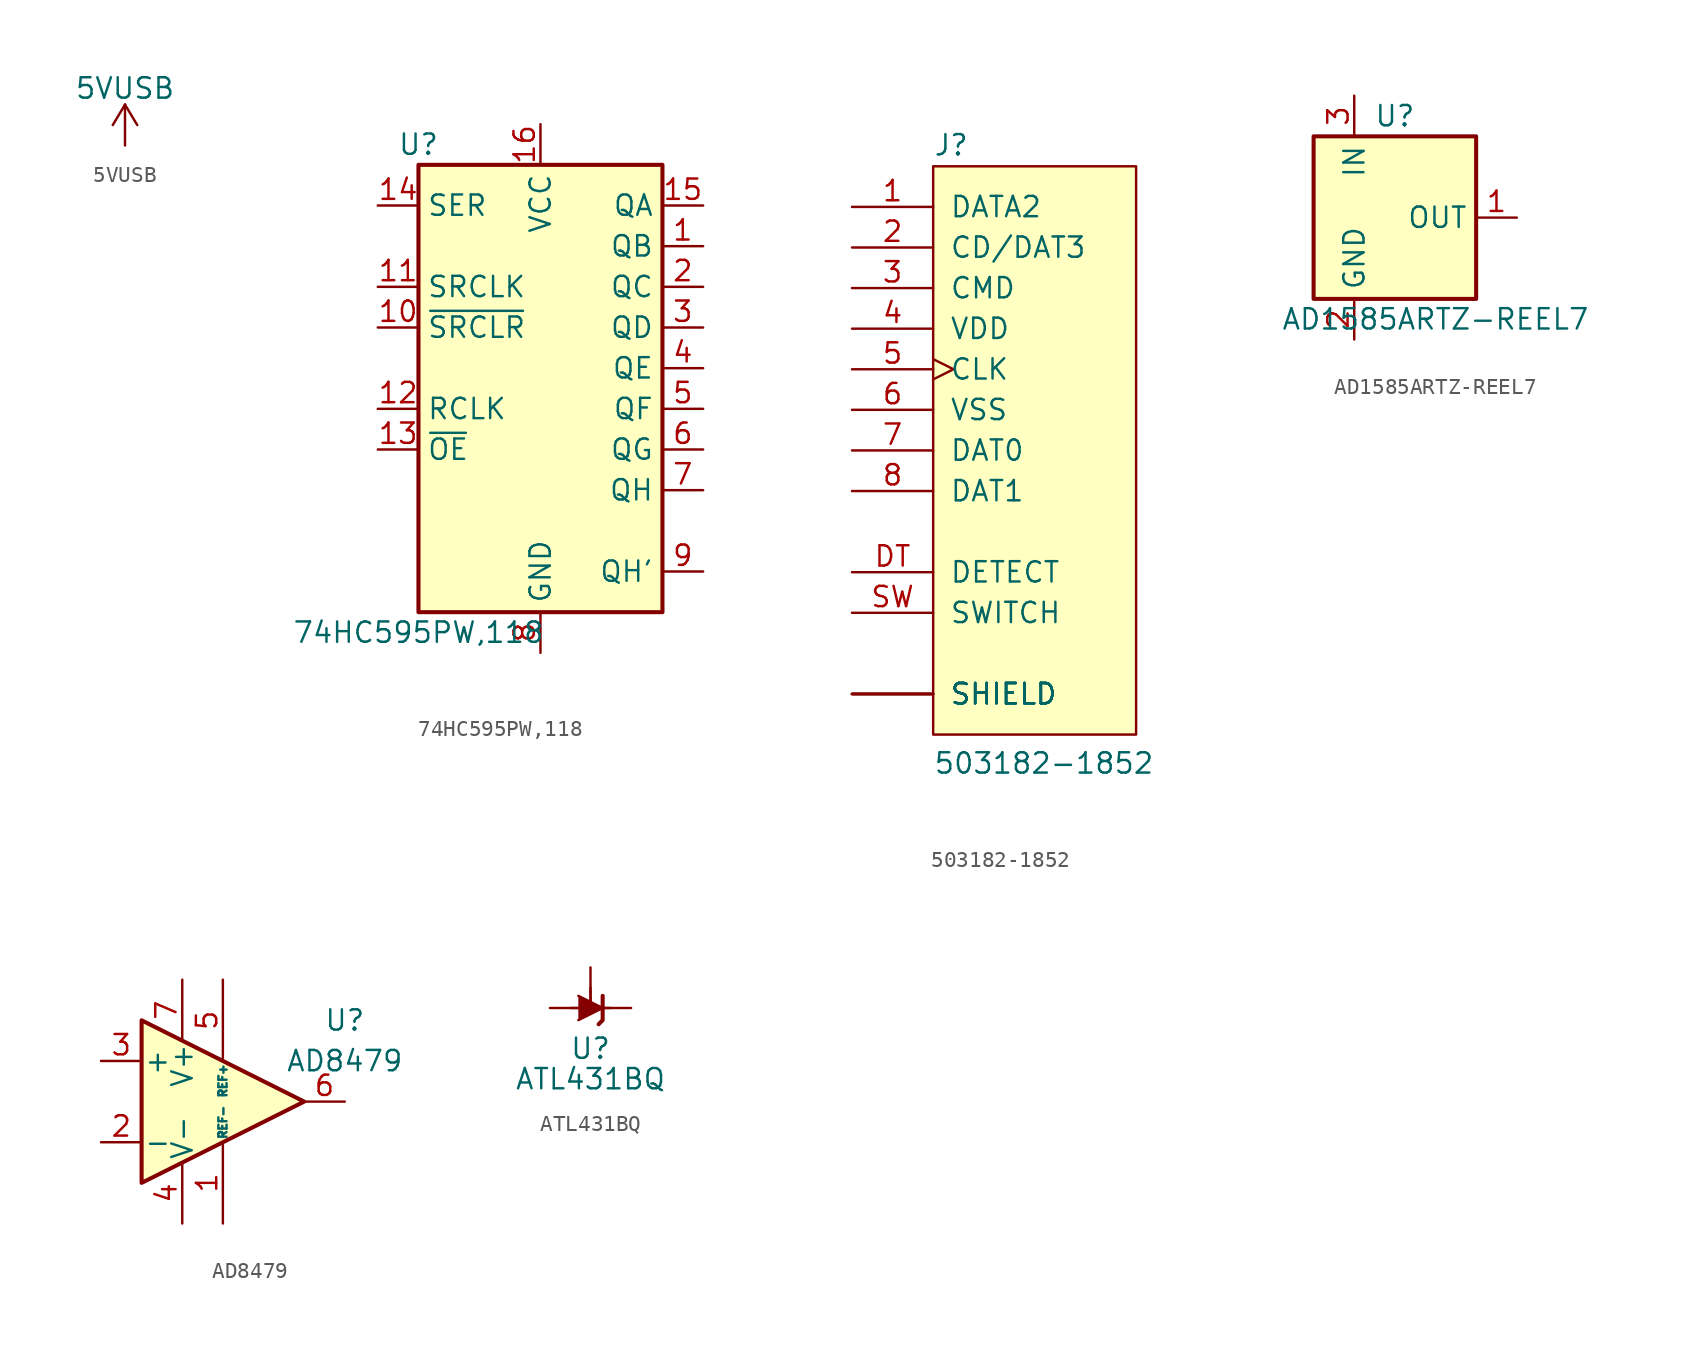
<source format=kicad_sym>
(kicad_symbol_lib
  (version 20220914)
  (generator kicad_symbol_editor)
  (symbol "5VUSB"
    (power)
    (pin_names
      (offset 0))
    (property "Reference" "#PWR"
      (at 0 -3.81 0)
      (effects (font (size 1.27 1.27)) hide))
    (property "Value" "5VUSB"
      (at 0 3.556 0)
      (effects (font (size 1.27 1.27))))
    (symbol "5VUSB_0_1"
      (polyline (pts (xy -0.762 1.27) (xy 0 2.54)) (stroke (width 0) (type default)) (fill (type none)))
      (polyline (pts (xy 0 0) (xy 0 2.54)) (stroke (width 0) (type default)) (fill (type none)))
      (polyline (pts (xy 0 2.54) (xy 0.762 1.27)) (stroke (width 0) (type default)) (fill (type none))))
    (symbol "5VUSB_1_1"
      (pin power_in line (at 0 0 90) (length 0) hide (name "5VUSB" (effects (font (size 1.27 1.27)))) (number "1" (effects (font (size 1.27 1.27)))))))
  (symbol "74HC595PW,118"
    (property "Reference" "U"
      (at -7.62 13.97 0)
      (effects (font (size 1.27 1.27))))
    (property "Value" "74HC595PW,118"
      (at -7.62 -16.51 0)
      (effects (font (size 1.27 1.27))))
    (symbol "74HC595PW,118_1_0"
      (pin open_collector line (at 10.16 7.62 180) (length 2.54) (name "QB" (effects (font (size 1.27 1.27)))) (number "1" (effects (font (size 1.27 1.27)))))
      (pin input line (at -10.16 2.54 0) (length 2.54) (name "~{SRCLR}" (effects (font (size 1.27 1.27)))) (number "10" (effects (font (size 1.27 1.27)))))
      (pin input line (at -10.16 5.08 0) (length 2.54) (name "SRCLK" (effects (font (size 1.27 1.27)))) (number "11" (effects (font (size 1.27 1.27)))))
      (pin input line (at -10.16 -2.54 0) (length 2.54) (name "RCLK" (effects (font (size 1.27 1.27)))) (number "12" (effects (font (size 1.27 1.27)))))
      (pin input line (at -10.16 -5.08 0) (length 2.54) (name "~{OE}" (effects (font (size 1.27 1.27)))) (number "13" (effects (font (size 1.27 1.27)))))
      (pin input line (at -10.16 10.16 0) (length 2.54) (name "SER" (effects (font (size 1.27 1.27)))) (number "14" (effects (font (size 1.27 1.27)))))
      (pin open_collector line (at 10.16 10.16 180) (length 2.54) (name "QA" (effects (font (size 1.27 1.27)))) (number "15" (effects (font (size 1.27 1.27)))))
      (pin power_in line (at 0 15.24 270) (length 2.54) (name "VCC" (effects (font (size 1.27 1.27)))) (number "16" (effects (font (size 1.27 1.27)))))
      (pin open_collector line (at 10.16 5.08 180) (length 2.54) (name "QC" (effects (font (size 1.27 1.27)))) (number "2" (effects (font (size 1.27 1.27)))))
      (pin open_collector line (at 10.16 2.54 180) (length 2.54) (name "QD" (effects (font (size 1.27 1.27)))) (number "3" (effects (font (size 1.27 1.27)))))
      (pin open_collector line (at 10.16 0 180) (length 2.54) (name "QE" (effects (font (size 1.27 1.27)))) (number "4" (effects (font (size 1.27 1.27)))))
      (pin open_collector line (at 10.16 -2.54 180) (length 2.54) (name "QF" (effects (font (size 1.27 1.27)))) (number "5" (effects (font (size 1.27 1.27)))))
      (pin open_collector line (at 10.16 -5.08 180) (length 2.54) (name "QG" (effects (font (size 1.27 1.27)))) (number "6" (effects (font (size 1.27 1.27)))))
      (pin open_collector line (at 10.16 -7.62 180) (length 2.54) (name "QH" (effects (font (size 1.27 1.27)))) (number "7" (effects (font (size 1.27 1.27)))))
      (pin power_in line (at 0 -17.78 90) (length 2.54) (name "GND" (effects (font (size 1.27 1.27)))) (number "8" (effects (font (size 1.27 1.27)))))
      (pin output line (at 10.16 -12.7 180) (length 2.54) (name "QH'" (effects (font (size 1.27 1.27)))) (number "9" (effects (font (size 1.27 1.27))))))
    (symbol "74HC595PW,118_1_1"
      (rectangle (start -7.62 12.7) (end 7.62 -15.24) (stroke (width 0.254) (type default)) (fill (type background)))))
  (symbol "503182-1852"
    (pin_names
      (offset 1.016))
    (property "Reference" "J"
      (at 0 18.364 0)
      (effects (font (size 1.27 1.27)) (justify left bottom)))
    (property "Value" "503182-1852"
      (at 0 -20.32 0)
      (effects (font (size 1.27 1.27)) (justify left bottom)))
    (symbol "503182-1852_1_0"
      (pin bidirectional line (at -5.08 15.24 0) (length 5.08) (name "DATA2" (effects (font (size 1.27 1.27)))) (number "1" (effects (font (size 1.27 1.27)))))
      (pin bidirectional line (at -5.08 12.7 0) (length 5.08) (name "CD/DAT3" (effects (font (size 1.27 1.27)))) (number "2" (effects (font (size 1.27 1.27)))))
      (pin bidirectional line (at -5.08 10.16 0) (length 5.08) (name "CMD" (effects (font (size 1.27 1.27)))) (number "3" (effects (font (size 1.27 1.27)))))
      (pin power_in line (at -5.08 7.62 0) (length 5.08) (name "VDD" (effects (font (size 1.27 1.27)))) (number "4" (effects (font (size 1.27 1.27)))))
      (pin bidirectional clock (at -5.08 5.08 0) (length 5.08) (name "CLK" (effects (font (size 1.27 1.27)))) (number "5" (effects (font (size 1.27 1.27)))))
      (pin power_in line (at -5.08 2.54 0) (length 5.08) (name "VSS" (effects (font (size 1.27 1.27)))) (number "6" (effects (font (size 1.27 1.27)))))
      (pin bidirectional line (at -5.08 0 0) (length 5.08) (name "DAT0" (effects (font (size 1.27 1.27)))) (number "7" (effects (font (size 1.27 1.27)))))
      (pin bidirectional line (at -5.08 -2.54 0) (length 5.08) (name "DAT1" (effects (font (size 1.27 1.27)))) (number "8" (effects (font (size 1.27 1.27)))))
      (pin bidirectional line (at -5.08 -7.62 0) (length 5.08) (name "DETECT" (effects (font (size 1.27 1.27)))) (number "DT" (effects (font (size 1.27 1.27)))))
      (pin passive line (at -5.08 -15.24 0) (length 5.08) (name "SHIELD" (effects (font (size 1.27 1.27)))) (number "P1" (effects (font (size 0 0)))))
      (pin passive line (at -5.08 -15.24 0) (length 5.08) (name "SHIELD" (effects (font (size 1.27 1.27)))) (number "P2" (effects (font (size 0 0)))))
      (pin passive line (at -5.08 -15.24 0) (length 5.08) (name "SHIELD" (effects (font (size 1.27 1.27)))) (number "P3" (effects (font (size 0 0)))))
      (pin passive line (at -5.08 -15.24 0) (length 5.08) (name "SHIELD" (effects (font (size 1.27 1.27)))) (number "P4" (effects (font (size 0 0)))))
      (pin passive line (at -5.08 -15.24 0) (length 5.08) (name "SHIELD" (effects (font (size 1.27 1.27)))) (number "P5" (effects (font (size 0 0)))))
      (pin bidirectional line (at -5.08 -10.16 0) (length 5.08) (name "SWITCH" (effects (font (size 1.27 1.27)))) (number "SW" (effects (font (size 1.27 1.27))))))
    (symbol "503182-1852_1_1"
      (rectangle (start 0 17.78) (end 12.7 -17.78) (stroke (width 0) (type default)) (fill (type background)))))
  (symbol "AD1585ARTZ-REEL7"
    (property "Reference" "U"
      (at 0 6.35 0)
      (effects (font (size 1.27 1.27))))
    (property "Value" "AD1585ARTZ-REEL7"
      (at 2.54 -6.35 0)
      (effects (font (size 1.27 1.27))))
    (symbol "AD1585ARTZ-REEL7_0_1"
      (rectangle (start -5.08 5.08) (end 5.08 -5.08) (stroke (width 0.254) (type default)) (fill (type background))))
    (symbol "AD1585ARTZ-REEL7_1_1"
      (pin power_out line (at 7.62 0 180) (length 2.54) (name "OUT" (effects (font (size 1.27 1.27)))) (number "1" (effects (font (size 1.27 1.27)))))
      (pin power_in line (at -2.54 -7.62 90) (length 2.54) (name "GND" (effects (font (size 1.27 1.27)))) (number "2" (effects (font (size 1.27 1.27)))))
      (pin power_in line (at -2.54 7.62 270) (length 2.54) (name "IN" (effects (font (size 1.27 1.27)))) (number "3" (effects (font (size 1.27 1.27)))))))
  (symbol "AD8479"
    (pin_names
      (offset 0.127))
    (property "Reference" "U"
      (at 7.62 5.08 0)
      (effects (font (size 1.27 1.27))))
    (property "Value" "AD8479"
      (at 7.62 2.54 0)
      (effects (font (size 1.27 1.27))))
    (symbol "AD8479_0_1"
      (polyline (pts (xy -5.08 5.08) (xy 5.08 0) (xy -5.08 -5.08) (xy -5.08 5.08)) (stroke (width 0.254) (type default)) (fill (type background))))
    (symbol "AD8479_1_1"
      (pin passive line (at 0 -7.62 90) (length 5.08) (name "REF-" (effects (font (size 0.508 0.508)))) (number "1" (effects (font (size 1.27 1.27)))))
      (pin passive line (at -7.62 -2.54 0) (length 2.54) (name "-" (effects (font (size 1.27 1.27)))) (number "2" (effects (font (size 1.27 1.27)))))
      (pin passive line (at -7.62 2.54 0) (length 2.54) (name "+" (effects (font (size 1.27 1.27)))) (number "3" (effects (font (size 1.27 1.27)))))
      (pin power_in line (at -2.54 -7.62 90) (length 3.81) (name "V-" (effects (font (size 1.27 1.27)))) (number "4" (effects (font (size 1.27 1.27)))))
      (pin passive line (at 0 7.62 270) (length 5.08) (name "REF+" (effects (font (size 0.508 0.508)))) (number "5" (effects (font (size 1.27 1.27)))))
      (pin output line (at 7.62 0 180) (length 2.54) (name "~" (effects (font (size 1.27 1.27)))) (number "6" (effects (font (size 1.27 1.27)))))
      (pin power_in line (at -2.54 7.62 270) (length 3.81) (name "V+" (effects (font (size 1.27 1.27)))) (number "7" (effects (font (size 1.27 1.27)))))
      (pin no_connect line (at -5.08 0 0) (length 2.54) hide (name "~" (effects (font (size 1.27 1.27)))) (number "8" (effects (font (size 1.27 1.27)))))))
  (symbol "ATL431BQ"
    (pin_numbers hide)
    (pin_names hide)
    (property "Reference" "U"
      (at 0 -2.54 0)
      (effects (font (size 1.27 1.27))))
    (property "Value" "ATL431BQ"
      (at 0 -4.445 0)
      (effects (font (size 1.27 1.27))))
    (symbol "ATL431BQ_0_1"
      (polyline (pts (xy -1.27 0) (xy 0 0) (xy 1.27 0)) (stroke (width 0) (type default)) (fill (type none)))
      (polyline (pts (xy -0.762 0.762) (xy 0.762 0) (xy -0.762 -0.762)) (stroke (width 0) (type default)) (fill (type outline)))
      (polyline (pts (xy 0.508 -1.016) (xy 0.762 -0.762) (xy 0.762 0.762) (xy 0.762 0.762)) (stroke (width 0.254) (type default)) (fill (type none))))
    (symbol "ATL431BQ_1_1"
      (polyline (pts (xy 0 1.27) (xy 0 0)) (stroke (width 0) (type default)) (fill (type none)))
      (pin passive line (at 2.54 0 180) (length 2.54) (name "K" (effects (font (size 1.27 1.27)))) (number "1" (effects (font (size 1.27 1.27)))))
      (pin passive line (at 0 2.54 270) (length 2.54) (name "REF" (effects (font (size 1.27 1.27)))) (number "2" (effects (font (size 1.27 1.27)))))
      (pin passive line (at -2.54 0 0) (length 2.54) (name "A" (effects (font (size 1.27 1.27)))) (number "3" (effects (font (size 1.27 1.27))))))))
</source>
